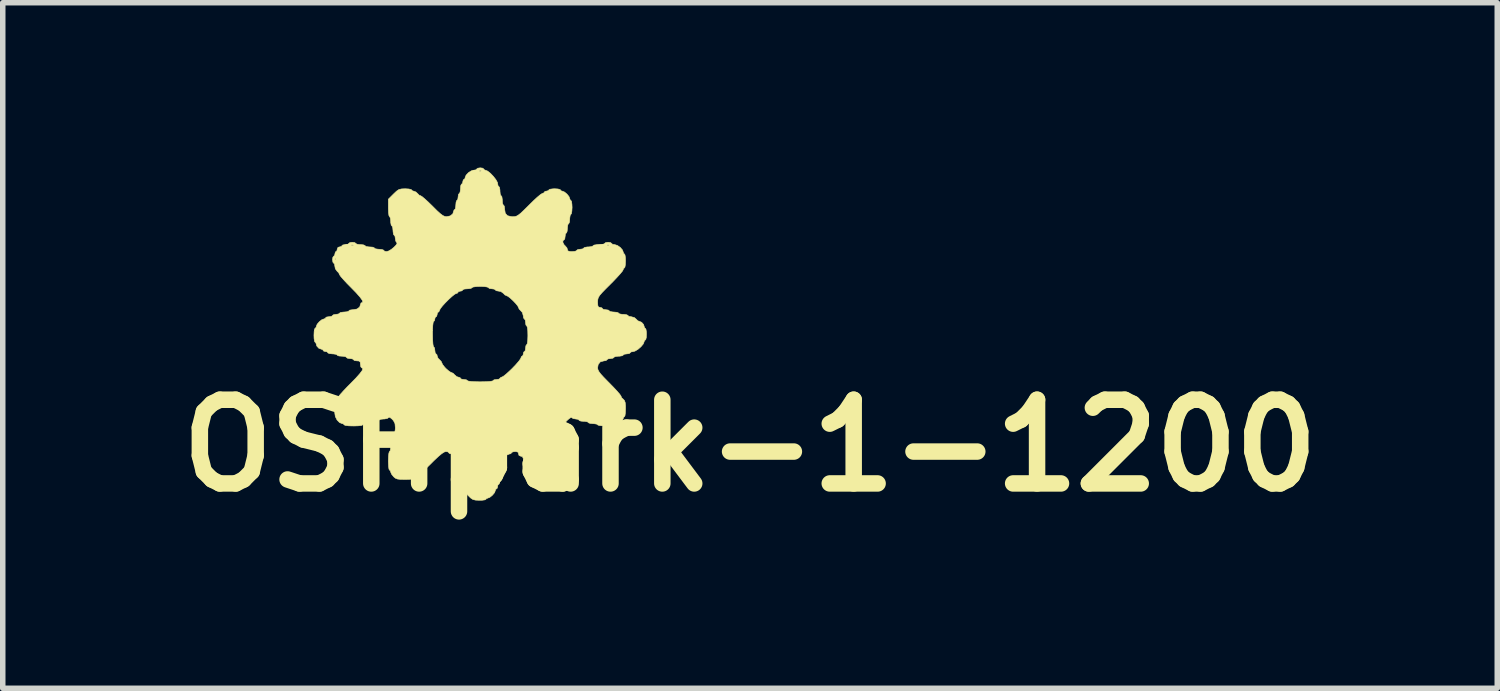
<source format=kicad_pcb>
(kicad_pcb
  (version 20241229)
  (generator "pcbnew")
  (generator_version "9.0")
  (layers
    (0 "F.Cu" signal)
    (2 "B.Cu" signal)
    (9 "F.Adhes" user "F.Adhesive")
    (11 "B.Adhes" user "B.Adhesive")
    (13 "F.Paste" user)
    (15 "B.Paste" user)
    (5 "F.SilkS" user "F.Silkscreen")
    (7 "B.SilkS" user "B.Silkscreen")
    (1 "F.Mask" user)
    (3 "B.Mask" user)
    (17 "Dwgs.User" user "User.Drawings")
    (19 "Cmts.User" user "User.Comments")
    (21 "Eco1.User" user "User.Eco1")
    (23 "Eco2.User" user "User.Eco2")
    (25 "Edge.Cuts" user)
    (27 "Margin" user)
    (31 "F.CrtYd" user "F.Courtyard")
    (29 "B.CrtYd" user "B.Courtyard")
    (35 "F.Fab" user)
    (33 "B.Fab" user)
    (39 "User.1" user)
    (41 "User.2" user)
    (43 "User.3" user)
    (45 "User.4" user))
  (footprint "OSHpark-1-1200"
    (layer "F.Cu")
    (at 5.628 3.011)
    (property "Reference" "OSHpark-1-1200" (at 4.975 2.05 0) (layer "F.SilkS") (effects (font (size 1.524 1.524) (thickness 0.3))))
    (attr through_hole)
    (fp_poly (pts (xy 0.108 -3) (xy 0.127 -2.985) (xy 0.127 -2.985) (xy 0.144 -2.966) (xy 0.159 -2.963) (xy 0.198 -2.947) (xy 0.25 -2.906) (xy 0.303 -2.85) (xy 0.349 -2.791) (xy 0.377 -2.74) (xy 0.381 -2.72) (xy 0.388 -2.68) (xy 0.402 -2.667) (xy 0.415 -2.648) (xy 0.423 -2.601) (xy 0.423 -2.582) (xy 0.428 -2.529) (xy 0.44 -2.5) (xy 0.445 -2.498) (xy 0.458 -2.479) (xy 0.465 -2.432) (xy 0.466 -2.413) (xy 0.47 -2.36) (xy 0.482 -2.33) (xy 0.487 -2.328) (xy 0.501 -2.31) (xy 0.508 -2.264) (xy 0.508 -2.253) (xy 0.52 -2.179) (xy 0.559 -2.135) (xy 0.629 -2.118) (xy 0.655 -2.117) (xy 0.692 -2.118) (xy 0.724 -2.127) (xy 0.759 -2.147) (xy 0.803 -2.182) (xy 0.863 -2.239) (xy 0.945 -2.32) (xy 0.953 -2.328) (xy 1.031 -2.405) (xy 1.1 -2.469) (xy 1.155 -2.515) (xy 1.19 -2.538) (xy 1.195 -2.54) (xy 1.224 -2.551) (xy 1.228 -2.561) (xy 1.245 -2.578) (xy 1.27 -2.582) (xy 1.304 -2.591) (xy 1.312 -2.603) (xy 1.331 -2.616) (xy 1.38 -2.623) (xy 1.418 -2.625) (xy 1.479 -2.621) (xy 1.517 -2.611) (xy 1.524 -2.603) (xy 1.541 -2.585) (xy 1.557 -2.582) (xy 1.597 -2.566) (xy 1.643 -2.528) (xy 1.68 -2.482) (xy 1.693 -2.446) (xy 1.704 -2.417) (xy 1.714 -2.413) (xy 1.726 -2.394) (xy 1.733 -2.343) (xy 1.736 -2.286) (xy 1.732 -2.218) (xy 1.724 -2.172) (xy 1.714 -2.159) (xy 1.701 -2.14) (xy 1.694 -2.093) (xy 1.693 -2.074) (xy 1.689 -2.021) (xy 1.677 -1.992) (xy 1.672 -1.99) (xy 1.659 -1.971) (xy 1.652 -1.924) (xy 1.651 -1.905) (xy 1.646 -1.852) (xy 1.635 -1.822) (xy 1.63 -1.82) (xy 1.615 -1.802) (xy 1.609 -1.758) (xy 1.609 -1.757) (xy 1.603 -1.712) (xy 1.588 -1.693) (xy 1.587 -1.693) (xy 1.568 -1.679) (xy 1.57 -1.644) (xy 1.59 -1.606) (xy 1.609 -1.587) (xy 1.642 -1.549) (xy 1.651 -1.519) (xy 1.66 -1.494) (xy 1.694 -1.483) (xy 1.736 -1.482) (xy 1.789 -1.486) (xy 1.818 -1.498) (xy 1.82 -1.503) (xy 1.839 -1.518) (xy 1.883 -1.524) (xy 1.884 -1.524) (xy 1.928 -1.53) (xy 1.947 -1.545) (xy 1.947 -1.545) (xy 1.966 -1.558) (xy 2.013 -1.566) (xy 2.032 -1.566) (xy 2.085 -1.571) (xy 2.115 -1.583) (xy 2.117 -1.587) (xy 2.136 -1.6) (xy 2.149 -1.602) (xy 2.378 -1.602) (xy 2.381 -1.589) (xy 2.392 -1.587) (xy 2.409 -1.595) (xy 2.406 -1.602) (xy 2.381 -1.604) (xy 2.378 -1.602) (xy 2.149 -1.602) (xy 2.184 -1.607) (xy 2.223 -1.609) (xy 2.283 -1.612) (xy 2.321 -1.622) (xy 2.328 -1.63) (xy 2.347 -1.645) (xy 2.391 -1.651) (xy 2.392 -1.651) (xy 2.436 -1.645) (xy 2.455 -1.63) (xy 2.455 -1.63) (xy 2.473 -1.614) (xy 2.509 -1.609) (xy 2.561 -1.593) (xy 2.614 -1.556) (xy 2.654 -1.509) (xy 2.667 -1.472) (xy 2.678 -1.443) (xy 2.688 -1.439) (xy 2.699 -1.42) (xy 2.707 -1.37) (xy 2.709 -1.312) (xy 2.706 -1.245) (xy 2.698 -1.199) (xy 2.688 -1.185) (xy 2.669 -1.168) (xy 2.667 -1.153) (xy 2.653 -1.127) (xy 2.613 -1.078) (xy 2.553 -1.012) (xy 2.479 -0.934) (xy 2.434 -0.889) (xy 2.346 -0.801) (xy 2.283 -0.736) (xy 2.242 -0.689) (xy 2.218 -0.652) (xy 2.206 -0.62) (xy 2.202 -0.587) (xy 2.201 -0.562) (xy 2.204 -0.502) (xy 2.215 -0.473) (xy 2.24 -0.466) (xy 2.244 -0.466) (xy 2.278 -0.457) (xy 2.286 -0.445) (xy 2.304 -0.43) (xy 2.349 -0.423) (xy 2.349 -0.423) (xy 2.394 -0.417) (xy 2.413 -0.402) (xy 2.413 -0.402) (xy 2.432 -0.389) (xy 2.479 -0.382) (xy 2.498 -0.381) (xy 2.551 -0.376) (xy 2.58 -0.365) (xy 2.582 -0.36) (xy 2.601 -0.347) (xy 2.648 -0.339) (xy 2.667 -0.339) (xy 2.72 -0.334) (xy 2.75 -0.322) (xy 2.752 -0.318) (xy 2.77 -0.302) (xy 2.81 -0.296) (xy 2.87 -0.28) (xy 2.9 -0.254) (xy 2.934 -0.221) (xy 2.959 -0.212) (xy 3.002 -0.194) (xy 3.038 -0.153) (xy 3.048 -0.118) (xy 3.059 -0.089) (xy 3.069 -0.085) (xy 3.081 -0.066) (xy 3.089 -0.017) (xy 3.09 0.021) (xy 3.087 0.082) (xy 3.077 0.12) (xy 3.069 0.127) (xy 3.051 0.144) (xy 3.048 0.159) (xy 3.031 0.201) (xy 2.989 0.251) (xy 2.935 0.298) (xy 2.881 0.33) (xy 2.848 0.339) (xy 2.808 0.346) (xy 2.794 0.36) (xy 2.776 0.375) (xy 2.731 0.381) (xy 2.731 0.381) (xy 2.686 0.387) (xy 2.667 0.402) (xy 2.667 0.402) (xy 2.648 0.415) (xy 2.601 0.423) (xy 2.582 0.423) (xy 2.529 0.428) (xy 2.5 0.44) (xy 2.498 0.445) (xy 2.479 0.459) (xy 2.435 0.466) (xy 2.434 0.466) (xy 2.39 0.472) (xy 2.371 0.487) (xy 2.371 0.487) (xy 2.353 0.503) (xy 2.316 0.508) (xy 2.251 0.525) (xy 2.211 0.574) (xy 2.201 0.634) (xy 2.206 0.666) (xy 2.222 0.7) (xy 2.255 0.745) (xy 2.309 0.804) (xy 2.388 0.885) (xy 2.413 0.91) (xy 2.489 0.988) (xy 2.553 1.057) (xy 2.6 1.111) (xy 2.623 1.143) (xy 2.625 1.148) (xy 2.64 1.181) (xy 2.667 1.206) (xy 2.69 1.231) (xy 2.703 1.268) (xy 2.709 1.33) (xy 2.709 1.381) (xy 2.706 1.455) (xy 2.699 1.506) (xy 2.688 1.524) (xy 2.67 1.541) (xy 2.667 1.557) (xy 2.649 1.605) (xy 2.607 1.642) (xy 2.573 1.651) (xy 2.544 1.662) (xy 2.54 1.672) (xy 2.52 1.683) (xy 2.466 1.69) (xy 2.386 1.693) (xy 2.371 1.693) (xy 2.287 1.691) (xy 2.228 1.684) (xy 2.202 1.674) (xy 2.201 1.672) (xy 2.183 1.659) (xy 2.136 1.652) (xy 2.117 1.651) (xy 2.064 1.646) (xy 2.034 1.635) (xy 2.032 1.63) (xy 2.013 1.617) (xy 1.966 1.609) (xy 1.947 1.609) (xy 1.894 1.604) (xy 1.865 1.592) (xy 1.863 1.587) (xy 1.844 1.572) (xy 1.801 1.566) (xy 1.754 1.558) (xy 1.731 1.541) (xy 1.714 1.539) (xy 1.68 1.561) (xy 1.639 1.598) (xy 1.601 1.641) (xy 1.573 1.681) (xy 1.566 1.703) (xy 1.578 1.732) (xy 1.587 1.736) (xy 1.601 1.754) (xy 1.608 1.801) (xy 1.609 1.82) (xy 1.613 1.873) (xy 1.625 1.903) (xy 1.63 1.905) (xy 1.645 1.923) (xy 1.651 1.968) (xy 1.651 1.968) (xy 1.657 2.013) (xy 1.672 2.032) (xy 1.672 2.032) (xy 1.685 2.051) (xy 1.693 2.098) (xy 1.693 2.117) (xy 1.698 2.17) (xy 1.71 2.199) (xy 1.714 2.201) (xy 1.726 2.221) (xy 1.733 2.271) (xy 1.736 2.328) (xy 1.732 2.396) (xy 1.724 2.442) (xy 1.714 2.455) (xy 1.697 2.473) (xy 1.693 2.498) (xy 1.684 2.532) (xy 1.672 2.54) (xy 1.655 2.558) (xy 1.651 2.582) (xy 1.636 2.618) (xy 1.609 2.625) (xy 1.574 2.634) (xy 1.566 2.646) (xy 1.547 2.657) (xy 1.494 2.664) (xy 1.418 2.667) (xy 1.418 2.667) (xy 1.342 2.664) (xy 1.29 2.657) (xy 1.27 2.646) (xy 1.27 2.646) (xy 1.253 2.627) (xy 1.236 2.625) (xy 1.201 2.61) (xy 1.156 2.574) (xy 1.143 2.561) (xy 1.1 2.521) (xy 1.066 2.499) (xy 1.059 2.498) (xy 1.025 2.482) (xy 0.982 2.444) (xy 0.947 2.399) (xy 0.931 2.362) (xy 0.931 2.361) (xy 0.914 2.334) (xy 0.889 2.328) (xy 0.854 2.313) (xy 0.847 2.286) (xy 0.832 2.251) (xy 0.804 2.244) (xy 0.769 2.229) (xy 0.762 2.201) (xy 0.752 2.17) (xy 0.715 2.159) (xy 0.699 2.159) (xy 0.654 2.165) (xy 0.635 2.18) (xy 0.635 2.18) (xy 0.618 2.199) (xy 0.602 2.201) (xy 0.551 2.22) (xy 0.518 2.272) (xy 0.508 2.337) (xy 0.503 2.387) (xy 0.49 2.412) (xy 0.487 2.413) (xy 0.474 2.432) (xy 0.466 2.479) (xy 0.466 2.498) (xy 0.461 2.551) (xy 0.449 2.58) (xy 0.445 2.582) (xy 0.431 2.601) (xy 0.424 2.648) (xy 0.423 2.667) (xy 0.419 2.72) (xy 0.407 2.75) (xy 0.402 2.752) (xy 0.385 2.769) (xy 0.381 2.794) (xy 0.372 2.828) (xy 0.36 2.836) (xy 0.341 2.854) (xy 0.339 2.869) (xy 0.323 2.909) (xy 0.284 2.955) (xy 0.238 2.992) (xy 0.202 3.006) (xy 0.173 3.017) (xy 0.169 3.027) (xy 0.15 3.038) (xy 0.1 3.045) (xy 0.048 3.046) (xy -0.022 3.043) (xy -0.07 3.031) (xy -0.112 3.003) (xy -0.164 2.952) (xy -0.212 2.897) (xy -0.245 2.85) (xy -0.254 2.826) (xy -0.265 2.798) (xy -0.275 2.794) (xy -0.288 2.775) (xy -0.296 2.728) (xy -0.296 2.709) (xy -0.301 2.656) (xy -0.313 2.627) (xy -0.318 2.625) (xy -0.331 2.606) (xy -0.338 2.559) (xy -0.339 2.54) (xy -0.343 2.487) (xy -0.355 2.457) (xy -0.36 2.455) (xy -0.375 2.437) (xy -0.381 2.393) (xy -0.381 2.392) (xy -0.387 2.347) (xy -0.402 2.328) (xy -0.402 2.328) (xy -0.417 2.31) (xy -0.423 2.266) (xy -0.423 2.265) (xy -0.43 2.218) (xy -0.455 2.202) (xy -0.466 2.201) (xy -0.5 2.192) (xy -0.508 2.18) (xy -0.526 2.164) (xy -0.562 2.159) (xy -0.592 2.168) (xy -0.636 2.196) (xy -0.697 2.247) (xy -0.779 2.324) (xy -0.847 2.392) (xy -0.929 2.472) (xy -1.002 2.541) (xy -1.061 2.592) (xy -1.1 2.62) (xy -1.111 2.625) (xy -1.139 2.636) (xy -1.143 2.646) (xy -1.163 2.656) (xy -1.216 2.664) (xy -1.295 2.667) (xy -1.303 2.667) (xy -1.388 2.665) (xy -1.443 2.659) (xy -1.48 2.644) (xy -1.512 2.618) (xy -1.514 2.615) (xy -1.55 2.571) (xy -1.566 2.533) (xy -1.566 2.53) (xy -1.577 2.502) (xy -1.587 2.498) (xy -1.598 2.478) (xy -1.605 2.424) (xy -1.609 2.343) (xy -1.609 2.328) (xy -1.606 2.244) (xy -1.599 2.186) (xy -1.589 2.16) (xy -1.587 2.159) (xy -1.574 2.14) (xy -1.567 2.093) (xy -1.566 2.074) (xy -1.562 2.021) (xy -1.55 1.992) (xy -1.545 1.99) (xy -1.532 1.971) (xy -1.525 1.924) (xy -1.524 1.905) (xy -1.519 1.852) (xy -1.508 1.822) (xy -1.503 1.82) (xy -1.49 1.801) (xy -1.483 1.753) (xy -1.482 1.724) (xy -1.488 1.651) (xy -1.514 1.599) (xy -1.538 1.571) (xy -1.58 1.537) (xy -1.602 1.537) (xy -1.604 1.54) (xy -1.629 1.557) (xy -1.68 1.566) (xy -1.695 1.566) (xy -1.747 1.571) (xy -1.776 1.583) (xy -1.778 1.587) (xy -1.797 1.601) (xy -1.844 1.608) (xy -1.863 1.609) (xy -1.916 1.613) (xy -1.945 1.625) (xy -1.947 1.63) (xy -1.966 1.645) (xy -2.01 1.651) (xy -2.011 1.651) (xy -2.055 1.657) (xy -2.074 1.672) (xy -2.074 1.672) (xy -2.094 1.683) (xy -2.148 1.69) (xy -2.229 1.693) (xy -2.244 1.693) (xy -2.328 1.691) (xy -2.386 1.684) (xy -2.412 1.674) (xy -2.413 1.672) (xy -2.43 1.654) (xy -2.446 1.651) (xy -2.496 1.632) (xy -2.542 1.585) (xy -2.574 1.522) (xy -2.582 1.472) (xy -2.588 1.423) (xy -2.601 1.398) (xy -2.603 1.397) (xy -2.621 1.379) (xy -2.625 1.355) (xy -2.616 1.32) (xy -2.603 1.312) (xy -2.586 1.295) (xy -2.582 1.27) (xy -2.573 1.236) (xy -2.561 1.228) (xy -2.542 1.21) (xy -2.54 1.195) (xy -2.526 1.17) (xy -2.486 1.121) (xy -2.426 1.054) (xy -2.352 0.976) (xy -2.307 0.931) (xy -2.202 0.824) (xy -2.129 0.742) (xy -2.086 0.685) (xy -2.073 0.649) (xy -2.089 0.635) (xy -2.095 0.635) (xy -2.11 0.617) (xy -2.117 0.572) (xy -2.117 0.572) (xy -2.122 0.527) (xy -2.147 0.51) (xy -2.18 0.508) (xy -2.225 0.502) (xy -2.244 0.487) (xy -2.244 0.487) (xy -2.262 0.472) (xy -2.306 0.466) (xy -2.307 0.466) (xy -2.352 0.46) (xy -2.371 0.445) (xy -2.371 0.445) (xy -2.389 0.431) (xy -2.436 0.424) (xy -2.455 0.423) (xy -2.508 0.419) (xy -2.538 0.407) (xy -2.54 0.402) (xy -2.559 0.389) (xy -2.606 0.382) (xy -2.625 0.381) (xy -2.678 0.376) (xy -2.707 0.365) (xy -2.709 0.36) (xy -2.727 0.343) (xy -2.752 0.339) (xy -2.786 0.33) (xy -2.794 0.318) (xy -2.811 0.299) (xy -2.827 0.296) (xy -2.875 0.278) (xy -2.912 0.237) (xy -2.921 0.203) (xy -2.932 0.173) (xy -2.942 0.169) (xy -2.953 0.15) (xy -2.961 0.1) (xy -2.963 0.042) (xy -2.962 0.021) (xy -0.804 0.021) (xy -0.802 0.126) (xy -0.797 0.203) (xy -0.789 0.246) (xy -0.783 0.254) (xy -0.768 0.272) (xy -0.762 0.317) (xy -0.762 0.318) (xy -0.756 0.362) (xy -0.741 0.381) (xy -0.741 0.381) (xy -0.723 0.399) (xy -0.72 0.419) (xy -0.704 0.46) (xy -0.677 0.487) (xy -0.645 0.521) (xy -0.635 0.545) (xy -0.621 0.575) (xy -0.585 0.621) (xy -0.562 0.646) (xy -0.513 0.689) (xy -0.473 0.716) (xy -0.46 0.72) (xy -0.428 0.735) (xy -0.402 0.762) (xy -0.364 0.795) (xy -0.334 0.804) (xy -0.302 0.814) (xy -0.296 0.826) (xy -0.278 0.84) (xy -0.234 0.847) (xy -0.233 0.847) (xy -0.188 0.853) (xy -0.169 0.868) (xy -0.169 0.868) (xy -0.149 0.877) (xy -0.092 0.884) (xy -0.003 0.888) (xy 0.064 0.889) (xy 0.169 0.887) (xy 0.245 0.882) (xy 0.289 0.874) (xy 0.296 0.868) (xy 0.315 0.853) (xy 0.359 0.847) (xy 0.36 0.847) (xy 0.404 0.841) (xy 0.423 0.826) (xy 0.423 0.826) (xy 0.441 0.807) (xy 0.455 0.804) (xy 0.483 0.79) (xy 0.532 0.752) (xy 0.595 0.695) (xy 0.646 0.646) (xy 0.711 0.578) (xy 0.764 0.517) (xy 0.796 0.473) (xy 0.804 0.455) (xy 0.816 0.427) (xy 0.826 0.423) (xy 0.843 0.406) (xy 0.847 0.381) (xy 0.856 0.347) (xy 0.868 0.339) (xy 0.883 0.32) (xy 0.889 0.276) (xy 0.889 0.275) (xy 0.895 0.231) (xy 0.91 0.212) (xy 0.91 0.212) (xy 0.921 0.192) (xy 0.928 0.138) (xy 0.931 0.057) (xy 0.931 0.042) (xy 0.929 -0.042) (xy 0.922 -0.1) (xy 0.912 -0.126) (xy 0.91 -0.127) (xy 0.895 -0.145) (xy 0.889 -0.19) (xy 0.889 -0.191) (xy 0.883 -0.235) (xy 0.868 -0.254) (xy 0.868 -0.254) (xy 0.853 -0.272) (xy 0.847 -0.313) (xy 0.831 -0.372) (xy 0.804 -0.402) (xy 0.772 -0.436) (xy 0.762 -0.46) (xy 0.747 -0.491) (xy 0.71 -0.537) (xy 0.66 -0.589) (xy 0.608 -0.637) (xy 0.565 -0.669) (xy 0.545 -0.677) (xy 0.512 -0.693) (xy 0.487 -0.72) (xy 0.44 -0.754) (xy 0.397 -0.762) (xy 0.355 -0.769) (xy 0.339 -0.783) (xy 0.32 -0.798) (xy 0.276 -0.804) (xy 0.275 -0.804) (xy 0.231 -0.81) (xy 0.212 -0.825) (xy 0.212 -0.826) (xy 0.192 -0.836) (xy 0.14 -0.844) (xy 0.064 -0.847) (xy 0.064 -0.847) (xy -0.013 -0.844) (xy -0.065 -0.836) (xy -0.085 -0.826) (xy -0.085 -0.826) (xy -0.103 -0.812) (xy -0.15 -0.805) (xy -0.169 -0.804) (xy -0.222 -0.8) (xy -0.252 -0.788) (xy -0.254 -0.783) (xy -0.272 -0.766) (xy -0.296 -0.762) (xy -0.331 -0.753) (xy -0.339 -0.741) (xy -0.356 -0.722) (xy -0.371 -0.72) (xy -0.401 -0.705) (xy -0.45 -0.666) (xy -0.509 -0.612) (xy -0.57 -0.551) (xy -0.624 -0.492) (xy -0.662 -0.443) (xy -0.677 -0.413) (xy -0.677 -0.413) (xy -0.689 -0.385) (xy -0.699 -0.381) (xy -0.716 -0.363) (xy -0.72 -0.339) (xy -0.729 -0.304) (xy -0.741 -0.296) (xy -0.758 -0.279) (xy -0.762 -0.254) (xy -0.771 -0.22) (xy -0.783 -0.212) (xy -0.793 -0.191) (xy -0.8 -0.134) (xy -0.804 -0.046) (xy -0.804 0.021) (xy -2.962 0.021) (xy -2.96 -0.025) (xy -2.952 -0.071) (xy -2.942 -0.085) (xy -2.924 -0.102) (xy -2.921 -0.117) (xy -2.905 -0.158) (xy -2.866 -0.204) (xy -2.82 -0.241) (xy -2.784 -0.254) (xy -2.756 -0.265) (xy -2.752 -0.275) (xy -2.733 -0.29) (xy -2.689 -0.296) (xy -2.688 -0.296) (xy -2.644 -0.302) (xy -2.625 -0.317) (xy -2.625 -0.318) (xy -2.606 -0.332) (xy -2.562 -0.339) (xy -2.561 -0.339) (xy -2.517 -0.345) (xy -2.498 -0.36) (xy -2.498 -0.36) (xy -2.479 -0.373) (xy -2.432 -0.38) (xy -2.413 -0.381) (xy -2.36 -0.386) (xy -2.33 -0.397) (xy -2.328 -0.402) (xy -2.31 -0.416) (xy -2.264 -0.423) (xy -2.253 -0.423) (xy -2.179 -0.436) (xy -2.131 -0.472) (xy -2.117 -0.517) (xy -2.106 -0.546) (xy -2.095 -0.55) (xy -2.074 -0.561) (xy -2.083 -0.595) (xy -2.123 -0.651) (xy -2.195 -0.733) (xy -2.286 -0.826) (xy -2.362 -0.903) (xy -2.426 -0.972) (xy -2.473 -1.026) (xy -2.496 -1.058) (xy -2.498 -1.064) (xy -2.513 -1.096) (xy -2.54 -1.122) (xy -2.574 -1.169) (xy -2.582 -1.211) (xy -2.589 -1.254) (xy -2.603 -1.27) (xy -2.618 -1.288) (xy -2.625 -1.333) (xy -2.625 -1.333) (xy -2.623 -1.344) (xy -2.582 -1.344) (xy -2.572 -1.333) (xy -2.561 -1.344) (xy -2.572 -1.355) (xy -2.582 -1.344) (xy -2.623 -1.344) (xy -2.619 -1.378) (xy -2.604 -1.397) (xy -2.603 -1.397) (xy -2.586 -1.415) (xy -2.582 -1.439) (xy -2.573 -1.474) (xy -2.561 -1.482) (xy -2.544 -1.499) (xy -2.54 -1.524) (xy -2.525 -1.559) (xy -2.498 -1.566) (xy -2.463 -1.575) (xy -2.455 -1.587) (xy -2.438 -1.602) (xy -2.279 -1.602) (xy -2.276 -1.589) (xy -2.265 -1.587) (xy -2.247 -1.595) (xy -2.251 -1.602) (xy -2.276 -1.604) (xy -2.279 -1.602) (xy -2.438 -1.602) (xy -2.437 -1.602) (xy -2.393 -1.609) (xy -2.392 -1.609) (xy -2.347 -1.615) (xy -2.328 -1.63) (xy -2.328 -1.63) (xy -2.31 -1.645) (xy -2.266 -1.651) (xy -2.265 -1.651) (xy -2.22 -1.645) (xy -2.201 -1.63) (xy -2.201 -1.63) (xy -2.183 -1.617) (xy -2.136 -1.609) (xy -2.117 -1.609) (xy -2.064 -1.604) (xy -2.034 -1.592) (xy -2.032 -1.587) (xy -2.013 -1.574) (xy -1.966 -1.567) (xy -1.947 -1.566) (xy -1.894 -1.562) (xy -1.865 -1.55) (xy -1.863 -1.545) (xy -1.844 -1.532) (xy -1.797 -1.525) (xy -1.778 -1.524) (xy -1.725 -1.519) (xy -1.695 -1.508) (xy -1.693 -1.503) (xy -1.675 -1.487) (xy -1.64 -1.482) (xy -1.602 -1.493) (xy -1.555 -1.521) (xy -1.508 -1.559) (xy -1.47 -1.598) (xy -1.45 -1.63) (xy -1.456 -1.646) (xy -1.474 -1.671) (xy -1.482 -1.716) (xy -1.488 -1.76) (xy -1.503 -1.778) (xy -1.516 -1.797) (xy -1.523 -1.844) (xy -1.524 -1.863) (xy -1.529 -1.916) (xy -1.54 -1.945) (xy -1.545 -1.947) (xy -1.558 -1.966) (xy -1.566 -2.013) (xy -1.566 -2.032) (xy -1.571 -2.085) (xy -1.583 -2.115) (xy -1.587 -2.117) (xy -1.598 -2.136) (xy -1.606 -2.19) (xy -1.609 -2.268) (xy -1.609 -2.276) (xy -1.609 -2.435) (xy -1.514 -2.53) (xy -1.459 -2.582) (xy -1.416 -2.611) (xy -1.37 -2.622) (xy -1.304 -2.625) (xy -1.302 -2.625) (xy -1.238 -2.621) (xy -1.196 -2.612) (xy -1.185 -2.603) (xy -1.168 -2.586) (xy -1.148 -2.582) (xy -1.107 -2.566) (xy -1.079 -2.54) (xy -1.046 -2.507) (xy -1.021 -2.498) (xy -0.996 -2.483) (xy -0.949 -2.444) (xy -0.885 -2.386) (xy -0.812 -2.315) (xy -0.804 -2.307) (xy -0.722 -2.225) (xy -0.661 -2.17) (xy -0.616 -2.137) (xy -0.58 -2.121) (xy -0.55 -2.117) (xy -0.482 -2.131) (xy -0.436 -2.168) (xy -0.423 -2.21) (xy -0.412 -2.24) (xy -0.402 -2.244) (xy -0.389 -2.262) (xy -0.382 -2.309) (xy -0.381 -2.328) (xy -0.376 -2.381) (xy -0.365 -2.411) (xy -0.36 -2.413) (xy -0.345 -2.431) (xy -0.339 -2.476) (xy -0.339 -2.477) (xy -0.333 -2.521) (xy -0.318 -2.54) (xy -0.318 -2.54) (xy -0.304 -2.559) (xy -0.297 -2.606) (xy -0.296 -2.625) (xy -0.292 -2.678) (xy -0.28 -2.707) (xy -0.275 -2.709) (xy -0.258 -2.727) (xy -0.254 -2.752) (xy -0.245 -2.786) (xy -0.233 -2.794) (xy -0.214 -2.811) (xy -0.212 -2.827) (xy -0.194 -2.872) (xy -0.151 -2.918) (xy -0.097 -2.952) (xy -0.082 -2.956) (xy 0.049 -2.956) (xy 0.052 -2.944) (xy 0.064 -2.942) (xy 0.081 -2.95) (xy 0.078 -2.956) (xy 0.052 -2.959) (xy 0.049 -2.956) (xy -0.082 -2.956) (xy -0.054 -2.963) (xy -0.014 -2.97) (xy 0 -2.985) (xy 0.018 -2.999) (xy 0.063 -3.006) (xy 0.064 -3.006) (xy 0.108 -3)) (stroke (width 0.01) (type solid)) (fill yes) (layer "F.SilkS")))
  (gr_rect
    (start -3 -3)
    (end 24.205 9.479)
    (stroke (width 0.1) (type default))
    (fill no)
    (layer "Edge.Cuts")))
</source>
